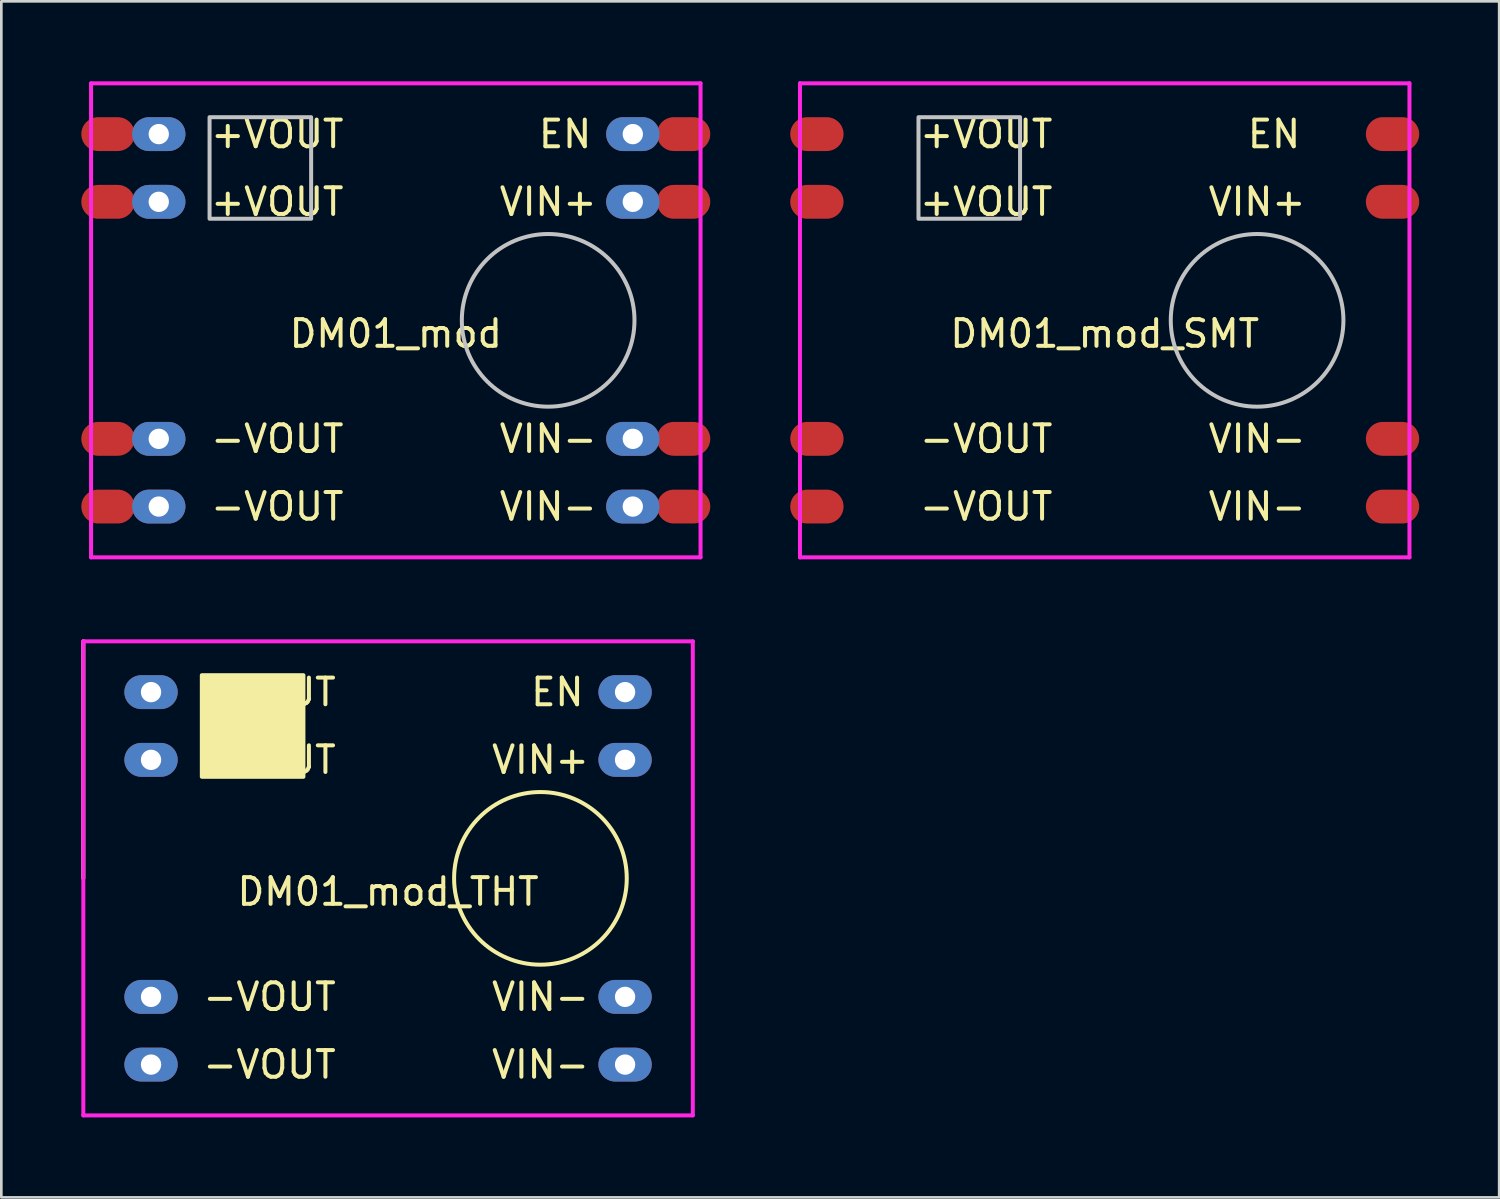
<source format=kicad_pcb>
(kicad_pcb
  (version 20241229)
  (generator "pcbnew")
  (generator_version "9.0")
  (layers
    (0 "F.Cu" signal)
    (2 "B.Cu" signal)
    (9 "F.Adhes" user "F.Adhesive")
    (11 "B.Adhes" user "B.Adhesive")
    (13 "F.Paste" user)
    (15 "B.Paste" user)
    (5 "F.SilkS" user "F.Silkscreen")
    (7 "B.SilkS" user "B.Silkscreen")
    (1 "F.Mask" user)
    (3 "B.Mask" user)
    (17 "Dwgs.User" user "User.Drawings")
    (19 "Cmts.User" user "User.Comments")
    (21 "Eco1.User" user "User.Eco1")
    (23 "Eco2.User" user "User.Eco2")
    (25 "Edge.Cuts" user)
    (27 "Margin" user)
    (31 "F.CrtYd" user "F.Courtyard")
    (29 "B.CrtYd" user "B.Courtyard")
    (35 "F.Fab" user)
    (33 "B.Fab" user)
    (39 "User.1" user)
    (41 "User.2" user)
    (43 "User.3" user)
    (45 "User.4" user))
  (footprint "DM01_mod"
    (layer "F.Cu")
    (at 11.795 8.965)
    (property "Reference" "DM01_mod" (at 0 0.5 0) (layer "F.SilkS") (effects (font (size 1 1) (thickness 0.15))))
    (attr through_hole)
    (fp_circle (center 5.715 0) (end 8.953 0) (stroke (width 0.15) (type solid)) (fill no) (layer "Dwgs.User"))
    (fp_poly (pts (xy -6.985 -7.62) (xy -6.985 -3.81) (xy -3.175 -3.81) (xy -3.175 -7.62)) (stroke (width 0.15) (type solid)) (fill no) (layer "Dwgs.User"))
    (fp_line (start -11.43 -8.89) (end -11.43 8.89) (stroke (width 0.15) (type solid)) (layer "F.CrtYd"))
    (fp_line (start -11.43 -8.89) (end 11.43 -8.89) (stroke (width 0.15) (type solid)) (layer "F.CrtYd"))
    (fp_line (start -11.43 8.89) (end 11.43 8.89) (stroke (width 0.15) (type solid)) (layer "F.CrtYd"))
    (fp_line (start 11.43 -8.89) (end 11.43 8.89) (stroke (width 0.15) (type solid)) (layer "F.CrtYd"))
    (fp_text user "EN" (at 6.35 -6.985 0) (layer "F.SilkS") (effects (font (size 1 1) (thickness 0.15))))
    (fp_text user "-VOUT" (at -4.445 6.985 0) (layer "F.SilkS") (effects (font (size 1 1) (thickness 0.15))))
    (fp_text user "VIN+" (at 5.715 -4.445 0) (layer "F.SilkS") (effects (font (size 1 1) (thickness 0.15))))
    (fp_text user "-VOUT" (at -4.445 4.445 0) (layer "F.SilkS") (effects (font (size 1 1) (thickness 0.15))))
    (fp_text user "+VOUT" (at -4.445 -4.445 0) (layer "F.SilkS") (effects (font (size 1 1) (thickness 0.15))))
    (fp_text user "VIN-" (at 5.715 4.445 0) (layer "F.SilkS") (effects (font (size 1 1) (thickness 0.15))))
    (fp_text user "VIN-" (at 5.715 6.985 0) (layer "F.SilkS") (effects (font (size 1 1) (thickness 0.15))))
    (fp_text user "+VOUT" (at -4.445 -6.985 0) (layer "F.SilkS") (effects (font (size 1 1) (thickness 0.15))))
    (pad "1" smd oval (at -10.795 -6.985) (size 2 1.27) (layers "F.Cu" "F.Mask" "F.Paste"))
    (pad "1" smd oval (at -10.795 -4.445) (size 2 1.27) (layers "F.Cu" "F.Mask" "F.Paste"))
    (pad "1" thru_hole oval (at -8.89 -6.985) (size 2 1.27) (drill oval 0.762) (layers "*.Cu" "*.Mask"))
    (pad "1" thru_hole oval (at -8.89 -4.445) (size 2 1.27) (drill oval 0.762) (layers "*.Cu" "*.Mask"))
    (pad "4" smd oval (at -10.795 4.445) (size 2 1.27) (layers "F.Cu" "F.Mask" "F.Paste"))
    (pad "4" smd oval (at -10.795 6.985) (size 2 1.27) (layers "F.Cu" "F.Mask" "F.Paste"))
    (pad "4" thru_hole oval (at -8.89 4.445) (size 2 1.27) (drill oval 0.762) (layers "*.Cu" "*.Mask"))
    (pad "4" thru_hole oval (at -8.89 6.985) (size 2 1.27) (drill oval 0.762) (layers "*.Cu" "*.Mask"))
    (pad "5" thru_hole oval (at 8.89 4.445) (size 2 1.27) (drill oval 0.762) (layers "*.Cu" "*.Mask"))
    (pad "5" thru_hole oval (at 8.89 6.985) (size 2 1.27) (drill oval 0.762) (layers "*.Cu" "*.Mask"))
    (pad "5" smd oval (at 10.795 4.445) (size 2 1.27) (layers "F.Cu" "F.Mask" "F.Paste"))
    (pad "5" smd oval (at 10.795 6.985) (size 2 1.27) (layers "F.Cu" "F.Mask" "F.Paste"))
    (pad "7" thru_hole oval (at 8.89 -4.445) (size 2 1.27) (drill oval 0.762) (layers "*.Cu" "*.Mask"))
    (pad "7" smd oval (at 10.795 -4.445) (size 2 1.27) (layers "F.Cu" "F.Mask" "F.Paste"))
    (pad "8" thru_hole oval (at 8.89 -6.985) (size 2 1.27) (drill oval 0.762) (layers "*.Cu" "*.Mask"))
    (pad "8" smd oval (at 10.795 -6.985) (size 2 1.27) (layers "F.Cu" "F.Mask" "F.Paste")))
  (footprint "DM01_mod_SMT"
    (layer "F.Cu")
    (at 38.385 8.965)
    (property "Reference" "DM01_mod_SMT" (at 0 0.5 0) (layer "F.SilkS") (effects (font (size 1 1) (thickness 0.15))))
    (attr through_hole)
    (fp_circle (center 5.715 0) (end 8.953 0) (stroke (width 0.15) (type solid)) (fill no) (layer "Dwgs.User"))
    (fp_poly (pts (xy -6.985 -7.62) (xy -6.985 -3.81) (xy -3.175 -3.81) (xy -3.175 -7.62)) (stroke (width 0.15) (type solid)) (fill no) (layer "Dwgs.User"))
    (fp_line (start -11.43 -8.89) (end 11.43 -8.89) (stroke (width 0.15) (type solid)) (layer "F.CrtYd"))
    (fp_line (start -11.43 8.89) (end -11.43 -8.89) (stroke (width 0.15) (type solid)) (layer "F.CrtYd"))
    (fp_line (start -11.43 8.89) (end 11.43 8.89) (stroke (width 0.15) (type solid)) (layer "F.CrtYd"))
    (fp_line (start 11.43 -8.89) (end 11.43 8.89) (stroke (width 0.15) (type solid)) (layer "F.CrtYd"))
    (fp_text user "+VOUT" (at -4.445 -6.985 0) (layer "F.SilkS") (effects (font (size 1 1) (thickness 0.15))))
    (fp_text user "+VOUT" (at -4.445 -4.445 0) (layer "F.SilkS") (effects (font (size 1 1) (thickness 0.15))))
    (fp_text user "-VOUT" (at -4.445 6.985 0) (layer "F.SilkS") (effects (font (size 1 1) (thickness 0.15))))
    (fp_text user "VIN-" (at 5.715 4.445 0) (layer "F.SilkS") (effects (font (size 1 1) (thickness 0.15))))
    (fp_text user "EN" (at 6.35 -6.985 0) (layer "F.SilkS") (effects (font (size 1 1) (thickness 0.15))))
    (fp_text user "-VOUT" (at -4.445 4.445 0) (layer "F.SilkS") (effects (font (size 1 1) (thickness 0.15))))
    (fp_text user "VIN+" (at 5.715 -4.445 0) (layer "F.SilkS") (effects (font (size 1 1) (thickness 0.15))))
    (fp_text user "VIN-" (at 5.715 6.985 0) (layer "F.SilkS") (effects (font (size 1 1) (thickness 0.15))))
    (pad "1" smd oval (at -10.795 -6.985) (size 2 1.27) (layers "F.Cu" "F.Mask" "F.Paste"))
    (pad "1" smd oval (at -10.795 -4.445) (size 2 1.27) (layers "F.Cu" "F.Mask" "F.Paste"))
    (pad "4" smd oval (at -10.795 4.445) (size 2 1.27) (layers "F.Cu" "F.Mask" "F.Paste"))
    (pad "4" smd oval (at -10.795 6.985) (size 2 1.27) (layers "F.Cu" "F.Mask" "F.Paste"))
    (pad "5" smd oval (at 10.795 4.445) (size 2 1.27) (layers "F.Cu" "F.Mask" "F.Paste"))
    (pad "5" smd oval (at 10.795 6.985) (size 2 1.27) (layers "F.Cu" "F.Mask" "F.Paste"))
    (pad "7" smd oval (at 10.795 -4.445) (size 2 1.27) (layers "F.Cu" "F.Mask" "F.Paste"))
    (pad "8" smd oval (at 10.795 -6.985) (size 2 1.27) (layers "F.Cu" "F.Mask" "F.Paste")))
  (footprint "DM01_mod_THT"
    (layer "F.Cu")
    (at 11.505 29.895)
    (property "Reference" "DM01_mod_THT" (at 0 0.5 0) (layer "F.SilkS") (effects (font (size 1 1) (thickness 0.15))))
    (attr through_hole)
    (fp_line (start -11.43 0) (end -11.43 -8.89) (stroke (width 0.15) (type solid)) (layer "F.SilkS"))
    (fp_circle (center 5.715 0) (end 8.953 0) (stroke (width 0.15) (type solid)) (fill no) (layer "F.SilkS"))
    (fp_poly (pts (xy -6.985 -7.62) (xy -6.985 -3.81) (xy -3.175 -3.81) (xy -3.175 -7.62)) (stroke (width 0.15) (type solid)) (fill yes) (layer "F.SilkS"))
    (fp_line (start -11.43 -8.89) (end 11.43 -8.89) (stroke (width 0.15) (type solid)) (layer "F.CrtYd"))
    (fp_line (start -11.43 8.89) (end -11.43 -8.89) (stroke (width 0.15) (type solid)) (layer "F.CrtYd"))
    (fp_line (start 11.43 -8.89) (end 11.43 8.89) (stroke (width 0.15) (type solid)) (layer "F.CrtYd"))
    (fp_line (start 11.43 8.89) (end -11.43 8.89) (stroke (width 0.15) (type solid)) (layer "F.CrtYd"))
    (fp_text user "VIN+" (at 5.715 -4.445 0) (layer "F.SilkS") (effects (font (size 1 1) (thickness 0.15))))
    (fp_text user "+VOUT" (at -4.445 -6.985 0) (layer "F.SilkS") (effects (font (size 1 1) (thickness 0.15))))
    (fp_text user "EN" (at 6.35 -6.985 0) (layer "F.SilkS") (effects (font (size 1 1) (thickness 0.15))))
    (fp_text user "VIN-" (at 5.715 6.985 0) (layer "F.SilkS") (effects (font (size 1 1) (thickness 0.15))))
    (fp_text user "-VOUT" (at -4.445 4.445 0) (layer "F.SilkS") (effects (font (size 1 1) (thickness 0.15))))
    (fp_text user "VIN-" (at 5.715 4.445 0) (layer "F.SilkS") (effects (font (size 1 1) (thickness 0.15))))
    (fp_text user "-VOUT" (at -4.445 6.985 0) (layer "F.SilkS") (effects (font (size 1 1) (thickness 0.15))))
    (fp_text user "+VOUT" (at -4.445 -4.445 0) (layer "F.SilkS") (effects (font (size 1 1) (thickness 0.15))))
    (pad "1" thru_hole oval (at -8.89 -6.985) (size 2 1.27) (drill oval 0.762) (layers "*.Cu" "*.Mask"))
    (pad "1" thru_hole oval (at -8.89 -4.445) (size 2 1.27) (drill oval 0.762) (layers "*.Cu" "*.Mask"))
    (pad "4" thru_hole oval (at -8.89 4.445) (size 2 1.27) (drill oval 0.762) (layers "*.Cu" "*.Mask"))
    (pad "4" thru_hole oval (at -8.89 6.985) (size 2 1.27) (drill oval 0.762) (layers "*.Cu" "*.Mask"))
    (pad "5" thru_hole oval (at 8.89 4.445) (size 2 1.27) (drill oval 0.762) (layers "*.Cu" "*.Mask"))
    (pad "5" thru_hole oval (at 8.89 6.985) (size 2 1.27) (drill oval 0.762) (layers "*.Cu" "*.Mask"))
    (pad "7" thru_hole oval (at 8.89 -4.445) (size 2 1.27) (drill oval 0.762) (layers "*.Cu" "*.Mask"))
    (pad "8" thru_hole oval (at 8.89 -6.985) (size 2 1.27) (drill oval 0.762) (layers "*.Cu" "*.Mask")))
  (gr_rect
    (start -3 -3)
    (end 53.18 41.86)
    (stroke (width 0.1) (type default))
    (fill no)
    (layer "Edge.Cuts")))
</source>
